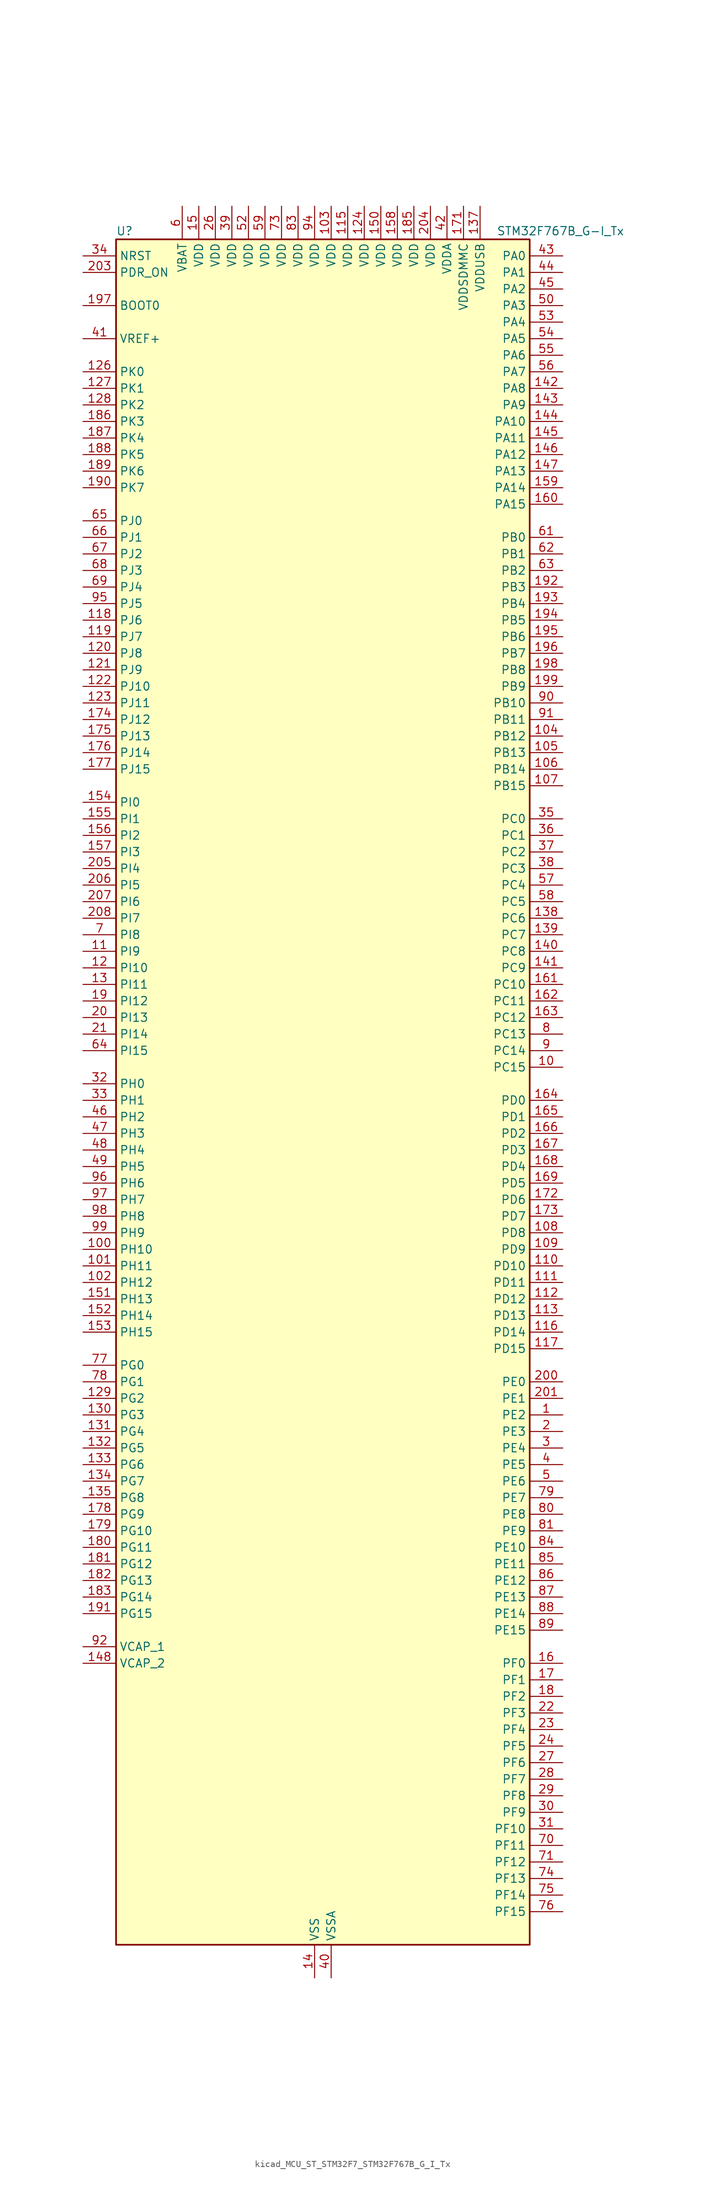
<source format=kicad_sym>
(kicad_symbol_lib
  (version 20220914)
  (generator kicad_symbol_editor)
  (symbol "kicad_MCU_ST_STM32F7_STM32F767B_G_I_Tx"
    (property "Reference" "U"
      (at -30.48 133.35 0)
      (effects (font (size 1.27 1.27)) (justify left)))
    (property "Value" "STM32F767B_G-I_Tx"
      (at 27.94 133.35 0)
      (effects (font (size 1.27 1.27)) (justify left)))
    (property "ki_locked" ""
      (at 0 0 0)
      (effects (font (size 1.27 1.27))))
    (symbol "kicad_MCU_ST_STM32F7_STM32F767B_G_I_Tx_0_1"
      (rectangle (start -30.48 -129.54) (end 33.02 132.08) (stroke (width 0.254) (type default)) (fill (type background))))
    (symbol "kicad_MCU_ST_STM32F7_STM32F767B_G_I_Tx_1_1"
      (pin bidirectional line (at 38.1 -48.26 180) (length 5.08) (name "PE2" (effects (font (size 1.27 1.27)))) (number "1" (effects (font (size 1.27 1.27)))) (alternate "ETH_TXD3" bidirectional line) (alternate "FMC_A23" bidirectional line) (alternate "QUADSPI_BK1_IO2" bidirectional line) (alternate "SAI1_MCLK_A" bidirectional line) (alternate "SPI4_SCK" bidirectional line) (alternate "SYS_TRACECLK" bidirectional line))
      (pin bidirectional line (at 38.1 5.08 180) (length 5.08) (name "PC15" (effects (font (size 1.27 1.27)))) (number "10" (effects (font (size 1.27 1.27)))) (alternate "RCC_OSC32_OUT" bidirectional line))
      (pin bidirectional line (at -35.56 -22.86 0) (length 5.08) (name "PH10" (effects (font (size 1.27 1.27)))) (number "100" (effects (font (size 1.27 1.27)))) (alternate "DCMI_D1" bidirectional line) (alternate "FMC_D18" bidirectional line) (alternate "I2C4_SMBA" bidirectional line) (alternate "LTDC_R4" bidirectional line) (alternate "TIM5_CH1" bidirectional line))
      (pin bidirectional line (at -35.56 -25.4 0) (length 5.08) (name "PH11" (effects (font (size 1.27 1.27)))) (number "101" (effects (font (size 1.27 1.27)))) (alternate "ADC1_EXTI11" bidirectional line) (alternate "ADC2_EXTI11" bidirectional line) (alternate "ADC3_EXTI11" bidirectional line) (alternate "DCMI_D2" bidirectional line) (alternate "FMC_D19" bidirectional line) (alternate "I2C4_SCL" bidirectional line) (alternate "LTDC_R5" bidirectional line) (alternate "TIM5_CH2" bidirectional line))
      (pin bidirectional line (at -35.56 -27.94 0) (length 5.08) (name "PH12" (effects (font (size 1.27 1.27)))) (number "102" (effects (font (size 1.27 1.27)))) (alternate "DCMI_D3" bidirectional line) (alternate "FMC_D20" bidirectional line) (alternate "I2C4_SDA" bidirectional line) (alternate "LTDC_R6" bidirectional line) (alternate "TIM5_CH3" bidirectional line))
      (pin power_in line (at 2.54 137.16 270) (length 5.08) (name "VDD" (effects (font (size 1.27 1.27)))) (number "103" (effects (font (size 1.27 1.27)))))
      (pin bidirectional line (at 38.1 55.88 180) (length 5.08) (name "PB12" (effects (font (size 1.27 1.27)))) (number "104" (effects (font (size 1.27 1.27)))) (alternate "CAN2_RX" bidirectional line) (alternate "DFSDM1_DATIN1" bidirectional line) (alternate "ETH_TXD0" bidirectional line) (alternate "I2C2_SMBA" bidirectional line) (alternate "I2S2_WS" bidirectional line) (alternate "SPI2_NSS" bidirectional line) (alternate "TIM1_BKIN" bidirectional line) (alternate "UART5_RX" bidirectional line) (alternate "USART3_CK" bidirectional line) (alternate "USB_OTG_HS_ID" bidirectional line) (alternate "USB_OTG_HS_ULPI_D5" bidirectional line))
      (pin bidirectional line (at 38.1 53.34 180) (length 5.08) (name "PB13" (effects (font (size 1.27 1.27)))) (number "105" (effects (font (size 1.27 1.27)))) (alternate "CAN2_TX" bidirectional line) (alternate "DFSDM1_CKIN1" bidirectional line) (alternate "ETH_TXD1" bidirectional line) (alternate "I2S2_CK" bidirectional line) (alternate "SPI2_SCK" bidirectional line) (alternate "TIM1_CH1N" bidirectional line) (alternate "UART5_TX" bidirectional line) (alternate "USART3_CTS" bidirectional line) (alternate "USB_OTG_HS_ULPI_D6" bidirectional line) (alternate "USB_OTG_HS_VBUS" bidirectional line))
      (pin bidirectional line (at 38.1 50.8 180) (length 5.08) (name "PB14" (effects (font (size 1.27 1.27)))) (number "106" (effects (font (size 1.27 1.27)))) (alternate "DFSDM1_DATIN2" bidirectional line) (alternate "SDMMC2_D0" bidirectional line) (alternate "SPI2_MISO" bidirectional line) (alternate "TIM12_CH1" bidirectional line) (alternate "TIM1_CH2N" bidirectional line) (alternate "TIM8_CH2N" bidirectional line) (alternate "UART4_DE" bidirectional line) (alternate "UART4_RTS" bidirectional line) (alternate "USART1_TX" bidirectional line) (alternate "USART3_DE" bidirectional line) (alternate "USART3_RTS" bidirectional line) (alternate "USB_OTG_HS_DM" bidirectional line))
      (pin bidirectional line (at 38.1 48.26 180) (length 5.08) (name "PB15" (effects (font (size 1.27 1.27)))) (number "107" (effects (font (size 1.27 1.27)))) (alternate "DFSDM1_CKIN2" bidirectional line) (alternate "I2S2_SD" bidirectional line) (alternate "RTC_REFIN" bidirectional line) (alternate "SDMMC2_D1" bidirectional line) (alternate "SPI2_MOSI" bidirectional line) (alternate "TIM12_CH2" bidirectional line) (alternate "TIM1_CH3N" bidirectional line) (alternate "TIM8_CH3N" bidirectional line) (alternate "UART4_CTS" bidirectional line) (alternate "USART1_RX" bidirectional line) (alternate "USB_OTG_HS_DP" bidirectional line))
      (pin bidirectional line (at 38.1 -20.32 180) (length 5.08) (name "PD8" (effects (font (size 1.27 1.27)))) (number "108" (effects (font (size 1.27 1.27)))) (alternate "DFSDM1_CKIN3" bidirectional line) (alternate "FMC_D13" bidirectional line) (alternate "FMC_DA13" bidirectional line) (alternate "SPDIFRX_IN1" bidirectional line) (alternate "USART3_TX" bidirectional line))
      (pin bidirectional line (at 38.1 -22.86 180) (length 5.08) (name "PD9" (effects (font (size 1.27 1.27)))) (number "109" (effects (font (size 1.27 1.27)))) (alternate "DAC_EXTI9" bidirectional line) (alternate "DFSDM1_DATIN3" bidirectional line) (alternate "FMC_D14" bidirectional line) (alternate "FMC_DA14" bidirectional line) (alternate "USART3_RX" bidirectional line))
      (pin bidirectional line (at -35.56 22.86 0) (length 5.08) (name "PI9" (effects (font (size 1.27 1.27)))) (number "11" (effects (font (size 1.27 1.27)))) (alternate "CAN1_RX" bidirectional line) (alternate "DAC_EXTI9" bidirectional line) (alternate "FMC_D30" bidirectional line) (alternate "LTDC_VSYNC" bidirectional line) (alternate "UART4_RX" bidirectional line))
      (pin bidirectional line (at 38.1 -25.4 180) (length 5.08) (name "PD10" (effects (font (size 1.27 1.27)))) (number "110" (effects (font (size 1.27 1.27)))) (alternate "DFSDM1_CKOUT" bidirectional line) (alternate "FMC_D15" bidirectional line) (alternate "FMC_DA15" bidirectional line) (alternate "LTDC_B3" bidirectional line) (alternate "USART3_CK" bidirectional line))
      (pin bidirectional line (at 38.1 -27.94 180) (length 5.08) (name "PD11" (effects (font (size 1.27 1.27)))) (number "111" (effects (font (size 1.27 1.27)))) (alternate "ADC1_EXTI11" bidirectional line) (alternate "ADC2_EXTI11" bidirectional line) (alternate "ADC3_EXTI11" bidirectional line) (alternate "FMC_A16" bidirectional line) (alternate "FMC_CLE" bidirectional line) (alternate "I2C4_SMBA" bidirectional line) (alternate "QUADSPI_BK1_IO0" bidirectional line) (alternate "SAI2_SD_A" bidirectional line) (alternate "USART3_CTS" bidirectional line))
      (pin bidirectional line (at 38.1 -30.48 180) (length 5.08) (name "PD12" (effects (font (size 1.27 1.27)))) (number "112" (effects (font (size 1.27 1.27)))) (alternate "FMC_A17" bidirectional line) (alternate "FMC_ALE" bidirectional line) (alternate "I2C4_SCL" bidirectional line) (alternate "LPTIM1_IN1" bidirectional line) (alternate "QUADSPI_BK1_IO1" bidirectional line) (alternate "SAI2_FS_A" bidirectional line) (alternate "TIM4_CH1" bidirectional line) (alternate "USART3_DE" bidirectional line) (alternate "USART3_RTS" bidirectional line))
      (pin bidirectional line (at 38.1 -33.02 180) (length 5.08) (name "PD13" (effects (font (size 1.27 1.27)))) (number "113" (effects (font (size 1.27 1.27)))) (alternate "FMC_A18" bidirectional line) (alternate "I2C4_SDA" bidirectional line) (alternate "LPTIM1_OUT" bidirectional line) (alternate "QUADSPI_BK1_IO3" bidirectional line) (alternate "SAI2_SCK_A" bidirectional line) (alternate "TIM4_CH2" bidirectional line))
      (pin passive line (at 0 -134.62 90) (length 5.08) hide (name "VSS" (effects (font (size 1.27 1.27)))) (number "114" (effects (font (size 1.27 1.27)))))
      (pin power_in line (at 5.08 137.16 270) (length 5.08) (name "VDD" (effects (font (size 1.27 1.27)))) (number "115" (effects (font (size 1.27 1.27)))))
      (pin bidirectional line (at 38.1 -35.56 180) (length 5.08) (name "PD14" (effects (font (size 1.27 1.27)))) (number "116" (effects (font (size 1.27 1.27)))) (alternate "FMC_D0" bidirectional line) (alternate "FMC_DA0" bidirectional line) (alternate "TIM4_CH3" bidirectional line) (alternate "UART8_CTS" bidirectional line))
      (pin bidirectional line (at 38.1 -38.1 180) (length 5.08) (name "PD15" (effects (font (size 1.27 1.27)))) (number "117" (effects (font (size 1.27 1.27)))) (alternate "FMC_D1" bidirectional line) (alternate "FMC_DA1" bidirectional line) (alternate "TIM4_CH4" bidirectional line) (alternate "UART8_DE" bidirectional line) (alternate "UART8_RTS" bidirectional line))
      (pin bidirectional line (at -35.56 73.66 0) (length 5.08) (name "PJ6" (effects (font (size 1.27 1.27)))) (number "118" (effects (font (size 1.27 1.27)))) (alternate "LTDC_R7" bidirectional line))
      (pin bidirectional line (at -35.56 71.12 0) (length 5.08) (name "PJ7" (effects (font (size 1.27 1.27)))) (number "119" (effects (font (size 1.27 1.27)))) (alternate "LTDC_G0" bidirectional line))
      (pin bidirectional line (at -35.56 20.32 0) (length 5.08) (name "PI10" (effects (font (size 1.27 1.27)))) (number "12" (effects (font (size 1.27 1.27)))) (alternate "ETH_RX_ER" bidirectional line) (alternate "FMC_D31" bidirectional line) (alternate "LTDC_HSYNC" bidirectional line))
      (pin bidirectional line (at -35.56 68.58 0) (length 5.08) (name "PJ8" (effects (font (size 1.27 1.27)))) (number "120" (effects (font (size 1.27 1.27)))) (alternate "LTDC_G1" bidirectional line))
      (pin bidirectional line (at -35.56 66.04 0) (length 5.08) (name "PJ9" (effects (font (size 1.27 1.27)))) (number "121" (effects (font (size 1.27 1.27)))) (alternate "DAC_EXTI9" bidirectional line) (alternate "LTDC_G2" bidirectional line))
      (pin bidirectional line (at -35.56 63.5 0) (length 5.08) (name "PJ10" (effects (font (size 1.27 1.27)))) (number "122" (effects (font (size 1.27 1.27)))) (alternate "LTDC_G3" bidirectional line))
      (pin bidirectional line (at -35.56 60.96 0) (length 5.08) (name "PJ11" (effects (font (size 1.27 1.27)))) (number "123" (effects (font (size 1.27 1.27)))) (alternate "ADC1_EXTI11" bidirectional line) (alternate "ADC2_EXTI11" bidirectional line) (alternate "ADC3_EXTI11" bidirectional line) (alternate "LTDC_G4" bidirectional line))
      (pin power_in line (at 7.62 137.16 270) (length 5.08) (name "VDD" (effects (font (size 1.27 1.27)))) (number "124" (effects (font (size 1.27 1.27)))))
      (pin passive line (at 0 -134.62 90) (length 5.08) hide (name "VSS" (effects (font (size 1.27 1.27)))) (number "125" (effects (font (size 1.27 1.27)))))
      (pin bidirectional line (at -35.56 111.76 0) (length 5.08) (name "PK0" (effects (font (size 1.27 1.27)))) (number "126" (effects (font (size 1.27 1.27)))) (alternate "LTDC_G5" bidirectional line))
      (pin bidirectional line (at -35.56 109.22 0) (length 5.08) (name "PK1" (effects (font (size 1.27 1.27)))) (number "127" (effects (font (size 1.27 1.27)))) (alternate "LTDC_G6" bidirectional line))
      (pin bidirectional line (at -35.56 106.68 0) (length 5.08) (name "PK2" (effects (font (size 1.27 1.27)))) (number "128" (effects (font (size 1.27 1.27)))) (alternate "LTDC_G7" bidirectional line))
      (pin bidirectional line (at -35.56 -45.72 0) (length 5.08) (name "PG2" (effects (font (size 1.27 1.27)))) (number "129" (effects (font (size 1.27 1.27)))) (alternate "FMC_A12" bidirectional line))
      (pin bidirectional line (at -35.56 17.78 0) (length 5.08) (name "PI11" (effects (font (size 1.27 1.27)))) (number "13" (effects (font (size 1.27 1.27)))) (alternate "ADC1_EXTI11" bidirectional line) (alternate "ADC2_EXTI11" bidirectional line) (alternate "ADC3_EXTI11" bidirectional line) (alternate "LTDC_G6" bidirectional line) (alternate "SYS_WKUP6" bidirectional line) (alternate "USB_OTG_HS_ULPI_DIR" bidirectional line))
      (pin bidirectional line (at -35.56 -48.26 0) (length 5.08) (name "PG3" (effects (font (size 1.27 1.27)))) (number "130" (effects (font (size 1.27 1.27)))) (alternate "FMC_A13" bidirectional line))
      (pin bidirectional line (at -35.56 -50.8 0) (length 5.08) (name "PG4" (effects (font (size 1.27 1.27)))) (number "131" (effects (font (size 1.27 1.27)))) (alternate "FMC_A14" bidirectional line) (alternate "FMC_BA0" bidirectional line))
      (pin bidirectional line (at -35.56 -53.34 0) (length 5.08) (name "PG5" (effects (font (size 1.27 1.27)))) (number "132" (effects (font (size 1.27 1.27)))) (alternate "FMC_A15" bidirectional line) (alternate "FMC_BA1" bidirectional line))
      (pin bidirectional line (at -35.56 -55.88 0) (length 5.08) (name "PG6" (effects (font (size 1.27 1.27)))) (number "133" (effects (font (size 1.27 1.27)))) (alternate "DCMI_D12" bidirectional line) (alternate "FMC_NE3" bidirectional line) (alternate "LTDC_R7" bidirectional line))
      (pin bidirectional line (at -35.56 -58.42 0) (length 5.08) (name "PG7" (effects (font (size 1.27 1.27)))) (number "134" (effects (font (size 1.27 1.27)))) (alternate "DCMI_D13" bidirectional line) (alternate "FMC_INT" bidirectional line) (alternate "LTDC_CLK" bidirectional line) (alternate "SAI1_MCLK_A" bidirectional line) (alternate "USART6_CK" bidirectional line))
      (pin bidirectional line (at -35.56 -60.96 0) (length 5.08) (name "PG8" (effects (font (size 1.27 1.27)))) (number "135" (effects (font (size 1.27 1.27)))) (alternate "ETH_PPS_OUT" bidirectional line) (alternate "FMC_SDCLK" bidirectional line) (alternate "LTDC_G7" bidirectional line) (alternate "SPDIFRX_IN2" bidirectional line) (alternate "SPI6_NSS" bidirectional line) (alternate "USART6_DE" bidirectional line) (alternate "USART6_RTS" bidirectional line))
      (pin passive line (at 0 -134.62 90) (length 5.08) hide (name "VSS" (effects (font (size 1.27 1.27)))) (number "136" (effects (font (size 1.27 1.27)))))
      (pin power_in line (at 25.4 137.16 270) (length 5.08) (name "VDDUSB" (effects (font (size 1.27 1.27)))) (number "137" (effects (font (size 1.27 1.27)))))
      (pin bidirectional line (at 38.1 27.94 180) (length 5.08) (name "PC6" (effects (font (size 1.27 1.27)))) (number "138" (effects (font (size 1.27 1.27)))) (alternate "DCMI_D0" bidirectional line) (alternate "DFSDM1_CKIN3" bidirectional line) (alternate "FMC_NWAIT" bidirectional line) (alternate "I2S2_MCK" bidirectional line) (alternate "LTDC_HSYNC" bidirectional line) (alternate "SDMMC1_D6" bidirectional line) (alternate "SDMMC2_D6" bidirectional line) (alternate "TIM3_CH1" bidirectional line) (alternate "TIM8_CH1" bidirectional line) (alternate "USART6_TX" bidirectional line))
      (pin bidirectional line (at 38.1 25.4 180) (length 5.08) (name "PC7" (effects (font (size 1.27 1.27)))) (number "139" (effects (font (size 1.27 1.27)))) (alternate "DCMI_D1" bidirectional line) (alternate "DFSDM1_DATIN3" bidirectional line) (alternate "FMC_NE1" bidirectional line) (alternate "I2S3_MCK" bidirectional line) (alternate "LTDC_G6" bidirectional line) (alternate "SDMMC1_D7" bidirectional line) (alternate "SDMMC2_D7" bidirectional line) (alternate "TIM3_CH2" bidirectional line) (alternate "TIM8_CH2" bidirectional line) (alternate "USART6_RX" bidirectional line))
      (pin power_in line (at 0 -134.62 90) (length 5.08) (name "VSS" (effects (font (size 1.27 1.27)))) (number "14" (effects (font (size 1.27 1.27)))))
      (pin bidirectional line (at 38.1 22.86 180) (length 5.08) (name "PC8" (effects (font (size 1.27 1.27)))) (number "140" (effects (font (size 1.27 1.27)))) (alternate "DCMI_D2" bidirectional line) (alternate "FMC_NCE" bidirectional line) (alternate "FMC_NE2" bidirectional line) (alternate "SDMMC1_D0" bidirectional line) (alternate "SYS_TRACED1" bidirectional line) (alternate "TIM3_CH3" bidirectional line) (alternate "TIM8_CH3" bidirectional line) (alternate "UART5_DE" bidirectional line) (alternate "UART5_RTS" bidirectional line) (alternate "USART6_CK" bidirectional line))
      (pin bidirectional line (at 38.1 20.32 180) (length 5.08) (name "PC9" (effects (font (size 1.27 1.27)))) (number "141" (effects (font (size 1.27 1.27)))) (alternate "DAC_EXTI9" bidirectional line) (alternate "DCMI_D3" bidirectional line) (alternate "I2C3_SDA" bidirectional line) (alternate "I2S_CKIN" bidirectional line) (alternate "LTDC_B2" bidirectional line) (alternate "LTDC_G3" bidirectional line) (alternate "QUADSPI_BK1_IO0" bidirectional line) (alternate "RCC_MCO_2" bidirectional line) (alternate "SDMMC1_D1" bidirectional line) (alternate "TIM3_CH4" bidirectional line) (alternate "TIM8_CH4" bidirectional line) (alternate "UART5_CTS" bidirectional line))
      (pin bidirectional line (at 38.1 109.22 180) (length 5.08) (name "PA8" (effects (font (size 1.27 1.27)))) (number "142" (effects (font (size 1.27 1.27)))) (alternate "CAN3_RX" bidirectional line) (alternate "I2C3_SCL" bidirectional line) (alternate "LTDC_B3" bidirectional line) (alternate "LTDC_R6" bidirectional line) (alternate "RCC_MCO_1" bidirectional line) (alternate "TIM1_CH1" bidirectional line) (alternate "TIM8_BKIN2" bidirectional line) (alternate "UART7_RX" bidirectional line) (alternate "USART1_CK" bidirectional line) (alternate "USB_OTG_FS_SOF" bidirectional line))
      (pin bidirectional line (at 38.1 106.68 180) (length 5.08) (name "PA9" (effects (font (size 1.27 1.27)))) (number "143" (effects (font (size 1.27 1.27)))) (alternate "DAC_EXTI9" bidirectional line) (alternate "DCMI_D0" bidirectional line) (alternate "I2C3_SMBA" bidirectional line) (alternate "I2S2_CK" bidirectional line) (alternate "LTDC_R5" bidirectional line) (alternate "SPI2_SCK" bidirectional line) (alternate "TIM1_CH2" bidirectional line) (alternate "USART1_TX" bidirectional line) (alternate "USB_OTG_FS_VBUS" bidirectional line))
      (pin bidirectional line (at 38.1 104.14 180) (length 5.08) (name "PA10" (effects (font (size 1.27 1.27)))) (number "144" (effects (font (size 1.27 1.27)))) (alternate "DCMI_D1" bidirectional line) (alternate "LTDC_B1" bidirectional line) (alternate "LTDC_B4" bidirectional line) (alternate "MDIOS_MDIO" bidirectional line) (alternate "TIM1_CH3" bidirectional line) (alternate "USART1_RX" bidirectional line) (alternate "USB_OTG_FS_ID" bidirectional line))
      (pin bidirectional line (at 38.1 101.6 180) (length 5.08) (name "PA11" (effects (font (size 1.27 1.27)))) (number "145" (effects (font (size 1.27 1.27)))) (alternate "ADC1_EXTI11" bidirectional line) (alternate "ADC2_EXTI11" bidirectional line) (alternate "ADC3_EXTI11" bidirectional line) (alternate "CAN1_RX" bidirectional line) (alternate "I2S2_WS" bidirectional line) (alternate "LTDC_R4" bidirectional line) (alternate "SPI2_NSS" bidirectional line) (alternate "TIM1_CH4" bidirectional line) (alternate "UART4_RX" bidirectional line) (alternate "USART1_CTS" bidirectional line) (alternate "USB_OTG_FS_DM" bidirectional line))
      (pin bidirectional line (at 38.1 99.06 180) (length 5.08) (name "PA12" (effects (font (size 1.27 1.27)))) (number "146" (effects (font (size 1.27 1.27)))) (alternate "CAN1_TX" bidirectional line) (alternate "I2S2_CK" bidirectional line) (alternate "LTDC_R5" bidirectional line) (alternate "SAI2_FS_B" bidirectional line) (alternate "SPI2_SCK" bidirectional line) (alternate "TIM1_ETR" bidirectional line) (alternate "UART4_TX" bidirectional line) (alternate "USART1_DE" bidirectional line) (alternate "USART1_RTS" bidirectional line) (alternate "USB_OTG_FS_DP" bidirectional line))
      (pin bidirectional line (at 38.1 96.52 180) (length 5.08) (name "PA13" (effects (font (size 1.27 1.27)))) (number "147" (effects (font (size 1.27 1.27)))) (alternate "SYS_JTMS-SWDIO" bidirectional line))
      (pin power_out line (at -35.56 -86.36 0) (length 5.08) (name "VCAP_2" (effects (font (size 1.27 1.27)))) (number "148" (effects (font (size 1.27 1.27)))))
      (pin passive line (at 0 -134.62 90) (length 5.08) hide (name "VSS" (effects (font (size 1.27 1.27)))) (number "149" (effects (font (size 1.27 1.27)))))
      (pin power_in line (at -17.78 137.16 270) (length 5.08) (name "VDD" (effects (font (size 1.27 1.27)))) (number "15" (effects (font (size 1.27 1.27)))))
      (pin power_in line (at 10.16 137.16 270) (length 5.08) (name "VDD" (effects (font (size 1.27 1.27)))) (number "150" (effects (font (size 1.27 1.27)))))
      (pin bidirectional line (at -35.56 -30.48 0) (length 5.08) (name "PH13" (effects (font (size 1.27 1.27)))) (number "151" (effects (font (size 1.27 1.27)))) (alternate "CAN1_TX" bidirectional line) (alternate "FMC_D21" bidirectional line) (alternate "LTDC_G2" bidirectional line) (alternate "TIM8_CH1N" bidirectional line) (alternate "UART4_TX" bidirectional line))
      (pin bidirectional line (at -35.56 -33.02 0) (length 5.08) (name "PH14" (effects (font (size 1.27 1.27)))) (number "152" (effects (font (size 1.27 1.27)))) (alternate "CAN1_RX" bidirectional line) (alternate "DCMI_D4" bidirectional line) (alternate "FMC_D22" bidirectional line) (alternate "LTDC_G3" bidirectional line) (alternate "TIM8_CH2N" bidirectional line) (alternate "UART4_RX" bidirectional line))
      (pin bidirectional line (at -35.56 -35.56 0) (length 5.08) (name "PH15" (effects (font (size 1.27 1.27)))) (number "153" (effects (font (size 1.27 1.27)))) (alternate "DCMI_D11" bidirectional line) (alternate "FMC_D23" bidirectional line) (alternate "LTDC_G4" bidirectional line) (alternate "TIM8_CH3N" bidirectional line))
      (pin bidirectional line (at -35.56 45.72 0) (length 5.08) (name "PI0" (effects (font (size 1.27 1.27)))) (number "154" (effects (font (size 1.27 1.27)))) (alternate "DCMI_D13" bidirectional line) (alternate "FMC_D24" bidirectional line) (alternate "I2S2_WS" bidirectional line) (alternate "LTDC_G5" bidirectional line) (alternate "SPI2_NSS" bidirectional line) (alternate "TIM5_CH4" bidirectional line))
      (pin bidirectional line (at -35.56 43.18 0) (length 5.08) (name "PI1" (effects (font (size 1.27 1.27)))) (number "155" (effects (font (size 1.27 1.27)))) (alternate "DCMI_D8" bidirectional line) (alternate "FMC_D25" bidirectional line) (alternate "I2S2_CK" bidirectional line) (alternate "LTDC_G6" bidirectional line) (alternate "SPI2_SCK" bidirectional line) (alternate "TIM8_BKIN2" bidirectional line))
      (pin bidirectional line (at -35.56 40.64 0) (length 5.08) (name "PI2" (effects (font (size 1.27 1.27)))) (number "156" (effects (font (size 1.27 1.27)))) (alternate "DCMI_D9" bidirectional line) (alternate "FMC_D26" bidirectional line) (alternate "LTDC_G7" bidirectional line) (alternate "SPI2_MISO" bidirectional line) (alternate "TIM8_CH4" bidirectional line))
      (pin bidirectional line (at -35.56 38.1 0) (length 5.08) (name "PI3" (effects (font (size 1.27 1.27)))) (number "157" (effects (font (size 1.27 1.27)))) (alternate "DCMI_D10" bidirectional line) (alternate "FMC_D27" bidirectional line) (alternate "I2S2_SD" bidirectional line) (alternate "SPI2_MOSI" bidirectional line) (alternate "TIM8_ETR" bidirectional line))
      (pin power_in line (at 12.7 137.16 270) (length 5.08) (name "VDD" (effects (font (size 1.27 1.27)))) (number "158" (effects (font (size 1.27 1.27)))))
      (pin bidirectional line (at 38.1 93.98 180) (length 5.08) (name "PA14" (effects (font (size 1.27 1.27)))) (number "159" (effects (font (size 1.27 1.27)))) (alternate "SYS_JTCK-SWCLK" bidirectional line))
      (pin bidirectional line (at 38.1 -86.36 180) (length 5.08) (name "PF0" (effects (font (size 1.27 1.27)))) (number "16" (effects (font (size 1.27 1.27)))) (alternate "FMC_A0" bidirectional line) (alternate "I2C2_SDA" bidirectional line))
      (pin bidirectional line (at 38.1 91.44 180) (length 5.08) (name "PA15" (effects (font (size 1.27 1.27)))) (number "160" (effects (font (size 1.27 1.27)))) (alternate "CAN3_TX" bidirectional line) (alternate "CEC" bidirectional line) (alternate "I2S1_WS" bidirectional line) (alternate "I2S3_WS" bidirectional line) (alternate "SPI1_NSS" bidirectional line) (alternate "SPI3_NSS" bidirectional line) (alternate "SPI6_NSS" bidirectional line) (alternate "SYS_JTDI" bidirectional line) (alternate "TIM2_CH1" bidirectional line) (alternate "TIM2_ETR" bidirectional line) (alternate "UART4_DE" bidirectional line) (alternate "UART4_RTS" bidirectional line) (alternate "UART7_TX" bidirectional line))
      (pin bidirectional line (at 38.1 17.78 180) (length 5.08) (name "PC10" (effects (font (size 1.27 1.27)))) (number "161" (effects (font (size 1.27 1.27)))) (alternate "DCMI_D8" bidirectional line) (alternate "DFSDM1_CKIN5" bidirectional line) (alternate "I2S3_CK" bidirectional line) (alternate "LTDC_R2" bidirectional line) (alternate "QUADSPI_BK1_IO1" bidirectional line) (alternate "SDMMC1_D2" bidirectional line) (alternate "SPI3_SCK" bidirectional line) (alternate "UART4_TX" bidirectional line) (alternate "USART3_TX" bidirectional line))
      (pin bidirectional line (at 38.1 15.24 180) (length 5.08) (name "PC11" (effects (font (size 1.27 1.27)))) (number "162" (effects (font (size 1.27 1.27)))) (alternate "ADC1_EXTI11" bidirectional line) (alternate "ADC2_EXTI11" bidirectional line) (alternate "ADC3_EXTI11" bidirectional line) (alternate "DCMI_D4" bidirectional line) (alternate "DFSDM1_DATIN5" bidirectional line) (alternate "QUADSPI_BK2_NCS" bidirectional line) (alternate "SDMMC1_D3" bidirectional line) (alternate "SPI3_MISO" bidirectional line) (alternate "UART4_RX" bidirectional line) (alternate "USART3_RX" bidirectional line))
      (pin bidirectional line (at 38.1 12.7 180) (length 5.08) (name "PC12" (effects (font (size 1.27 1.27)))) (number "163" (effects (font (size 1.27 1.27)))) (alternate "DCMI_D9" bidirectional line) (alternate "I2S3_SD" bidirectional line) (alternate "SDMMC1_CK" bidirectional line) (alternate "SPI3_MOSI" bidirectional line) (alternate "SYS_TRACED3" bidirectional line) (alternate "UART5_TX" bidirectional line) (alternate "USART3_CK" bidirectional line))
      (pin bidirectional line (at 38.1 0 180) (length 5.08) (name "PD0" (effects (font (size 1.27 1.27)))) (number "164" (effects (font (size 1.27 1.27)))) (alternate "CAN1_RX" bidirectional line) (alternate "DFSDM1_CKIN6" bidirectional line) (alternate "DFSDM1_DATIN7" bidirectional line) (alternate "FMC_D2" bidirectional line) (alternate "FMC_DA2" bidirectional line) (alternate "UART4_RX" bidirectional line))
      (pin bidirectional line (at 38.1 -2.54 180) (length 5.08) (name "PD1" (effects (font (size 1.27 1.27)))) (number "165" (effects (font (size 1.27 1.27)))) (alternate "CAN1_TX" bidirectional line) (alternate "DFSDM1_CKIN7" bidirectional line) (alternate "DFSDM1_DATIN6" bidirectional line) (alternate "FMC_D3" bidirectional line) (alternate "FMC_DA3" bidirectional line) (alternate "UART4_TX" bidirectional line))
      (pin bidirectional line (at 38.1 -5.08 180) (length 5.08) (name "PD2" (effects (font (size 1.27 1.27)))) (number "166" (effects (font (size 1.27 1.27)))) (alternate "DCMI_D11" bidirectional line) (alternate "SDMMC1_CMD" bidirectional line) (alternate "SYS_TRACED2" bidirectional line) (alternate "TIM3_ETR" bidirectional line) (alternate "UART5_RX" bidirectional line))
      (pin bidirectional line (at 38.1 -7.62 180) (length 5.08) (name "PD3" (effects (font (size 1.27 1.27)))) (number "167" (effects (font (size 1.27 1.27)))) (alternate "DCMI_D5" bidirectional line) (alternate "DFSDM1_CKOUT" bidirectional line) (alternate "DFSDM1_DATIN0" bidirectional line) (alternate "FMC_CLK" bidirectional line) (alternate "I2S2_CK" bidirectional line) (alternate "LTDC_G7" bidirectional line) (alternate "SPI2_SCK" bidirectional line) (alternate "USART2_CTS" bidirectional line))
      (pin bidirectional line (at 38.1 -10.16 180) (length 5.08) (name "PD4" (effects (font (size 1.27 1.27)))) (number "168" (effects (font (size 1.27 1.27)))) (alternate "DFSDM1_CKIN0" bidirectional line) (alternate "FMC_NOE" bidirectional line) (alternate "USART2_DE" bidirectional line) (alternate "USART2_RTS" bidirectional line))
      (pin bidirectional line (at 38.1 -12.7 180) (length 5.08) (name "PD5" (effects (font (size 1.27 1.27)))) (number "169" (effects (font (size 1.27 1.27)))) (alternate "FMC_NWE" bidirectional line) (alternate "USART2_TX" bidirectional line))
      (pin bidirectional line (at 38.1 -88.9 180) (length 5.08) (name "PF1" (effects (font (size 1.27 1.27)))) (number "17" (effects (font (size 1.27 1.27)))) (alternate "FMC_A1" bidirectional line) (alternate "I2C2_SCL" bidirectional line))
      (pin passive line (at 0 -134.62 90) (length 5.08) hide (name "VSS" (effects (font (size 1.27 1.27)))) (number "170" (effects (font (size 1.27 1.27)))))
      (pin power_in line (at 22.86 137.16 270) (length 5.08) (name "VDDSDMMC" (effects (font (size 1.27 1.27)))) (number "171" (effects (font (size 1.27 1.27)))))
      (pin bidirectional line (at 38.1 -15.24 180) (length 5.08) (name "PD6" (effects (font (size 1.27 1.27)))) (number "172" (effects (font (size 1.27 1.27)))) (alternate "DCMI_D10" bidirectional line) (alternate "DFSDM1_CKIN4" bidirectional line) (alternate "DFSDM1_DATIN1" bidirectional line) (alternate "FMC_NWAIT" bidirectional line) (alternate "I2S3_SD" bidirectional line) (alternate "LTDC_B2" bidirectional line) (alternate "SAI1_SD_A" bidirectional line) (alternate "SDMMC2_CK" bidirectional line) (alternate "SPI3_MOSI" bidirectional line) (alternate "USART2_RX" bidirectional line))
      (pin bidirectional line (at 38.1 -17.78 180) (length 5.08) (name "PD7" (effects (font (size 1.27 1.27)))) (number "173" (effects (font (size 1.27 1.27)))) (alternate "DFSDM1_CKIN1" bidirectional line) (alternate "DFSDM1_DATIN4" bidirectional line) (alternate "FMC_NE1" bidirectional line) (alternate "I2S1_SD" bidirectional line) (alternate "SDMMC2_CMD" bidirectional line) (alternate "SPDIFRX_IN0" bidirectional line) (alternate "SPI1_MOSI" bidirectional line) (alternate "USART2_CK" bidirectional line))
      (pin bidirectional line (at -35.56 58.42 0) (length 5.08) (name "PJ12" (effects (font (size 1.27 1.27)))) (number "174" (effects (font (size 1.27 1.27)))) (alternate "LTDC_B0" bidirectional line) (alternate "LTDC_G3" bidirectional line))
      (pin bidirectional line (at -35.56 55.88 0) (length 5.08) (name "PJ13" (effects (font (size 1.27 1.27)))) (number "175" (effects (font (size 1.27 1.27)))) (alternate "LTDC_B1" bidirectional line) (alternate "LTDC_G4" bidirectional line))
      (pin bidirectional line (at -35.56 53.34 0) (length 5.08) (name "PJ14" (effects (font (size 1.27 1.27)))) (number "176" (effects (font (size 1.27 1.27)))) (alternate "LTDC_B2" bidirectional line))
      (pin bidirectional line (at -35.56 50.8 0) (length 5.08) (name "PJ15" (effects (font (size 1.27 1.27)))) (number "177" (effects (font (size 1.27 1.27)))) (alternate "LTDC_B3" bidirectional line))
      (pin bidirectional line (at -35.56 -63.5 0) (length 5.08) (name "PG9" (effects (font (size 1.27 1.27)))) (number "178" (effects (font (size 1.27 1.27)))) (alternate "DAC_EXTI9" bidirectional line) (alternate "DCMI_VSYNC" bidirectional line) (alternate "FMC_NCE" bidirectional line) (alternate "FMC_NE2" bidirectional line) (alternate "QUADSPI_BK2_IO2" bidirectional line) (alternate "SAI2_FS_B" bidirectional line) (alternate "SDMMC2_D0" bidirectional line) (alternate "SPDIFRX_IN3" bidirectional line) (alternate "SPI1_MISO" bidirectional line) (alternate "USART6_RX" bidirectional line))
      (pin bidirectional line (at -35.56 -66.04 0) (length 5.08) (name "PG10" (effects (font (size 1.27 1.27)))) (number "179" (effects (font (size 1.27 1.27)))) (alternate "DCMI_D2" bidirectional line) (alternate "FMC_NE3" bidirectional line) (alternate "I2S1_WS" bidirectional line) (alternate "LTDC_B2" bidirectional line) (alternate "LTDC_G3" bidirectional line) (alternate "SAI2_SD_B" bidirectional line) (alternate "SDMMC2_D1" bidirectional line) (alternate "SPI1_NSS" bidirectional line))
      (pin bidirectional line (at 38.1 -91.44 180) (length 5.08) (name "PF2" (effects (font (size 1.27 1.27)))) (number "18" (effects (font (size 1.27 1.27)))) (alternate "FMC_A2" bidirectional line) (alternate "I2C2_SMBA" bidirectional line))
      (pin bidirectional line (at -35.56 -68.58 0) (length 5.08) (name "PG11" (effects (font (size 1.27 1.27)))) (number "180" (effects (font (size 1.27 1.27)))) (alternate "ADC1_EXTI11" bidirectional line) (alternate "ADC2_EXTI11" bidirectional line) (alternate "ADC3_EXTI11" bidirectional line) (alternate "DCMI_D3" bidirectional line) (alternate "ETH_TX_EN" bidirectional line) (alternate "I2S1_CK" bidirectional line) (alternate "LTDC_B3" bidirectional line) (alternate "SDMMC2_D2" bidirectional line) (alternate "SPDIFRX_IN0" bidirectional line) (alternate "SPI1_SCK" bidirectional line))
      (pin bidirectional line (at -35.56 -71.12 0) (length 5.08) (name "PG12" (effects (font (size 1.27 1.27)))) (number "181" (effects (font (size 1.27 1.27)))) (alternate "FMC_NE4" bidirectional line) (alternate "LPTIM1_IN1" bidirectional line) (alternate "LTDC_B1" bidirectional line) (alternate "LTDC_B4" bidirectional line) (alternate "SDMMC2_D3" bidirectional line) (alternate "SPDIFRX_IN1" bidirectional line) (alternate "SPI6_MISO" bidirectional line) (alternate "USART6_DE" bidirectional line) (alternate "USART6_RTS" bidirectional line))
      (pin bidirectional line (at -35.56 -73.66 0) (length 5.08) (name "PG13" (effects (font (size 1.27 1.27)))) (number "182" (effects (font (size 1.27 1.27)))) (alternate "ETH_TXD0" bidirectional line) (alternate "FMC_A24" bidirectional line) (alternate "LPTIM1_OUT" bidirectional line) (alternate "LTDC_R0" bidirectional line) (alternate "SPI6_SCK" bidirectional line) (alternate "SYS_TRACED0" bidirectional line) (alternate "USART6_CTS" bidirectional line))
      (pin bidirectional line (at -35.56 -76.2 0) (length 5.08) (name "PG14" (effects (font (size 1.27 1.27)))) (number "183" (effects (font (size 1.27 1.27)))) (alternate "ETH_TXD1" bidirectional line) (alternate "FMC_A25" bidirectional line) (alternate "LPTIM1_ETR" bidirectional line) (alternate "LTDC_B0" bidirectional line) (alternate "QUADSPI_BK2_IO3" bidirectional line) (alternate "SPI6_MOSI" bidirectional line) (alternate "SYS_TRACED1" bidirectional line) (alternate "USART6_TX" bidirectional line))
      (pin passive line (at 0 -134.62 90) (length 5.08) hide (name "VSS" (effects (font (size 1.27 1.27)))) (number "184" (effects (font (size 1.27 1.27)))))
      (pin power_in line (at 15.24 137.16 270) (length 5.08) (name "VDD" (effects (font (size 1.27 1.27)))) (number "185" (effects (font (size 1.27 1.27)))))
      (pin bidirectional line (at -35.56 104.14 0) (length 5.08) (name "PK3" (effects (font (size 1.27 1.27)))) (number "186" (effects (font (size 1.27 1.27)))) (alternate "LTDC_B4" bidirectional line))
      (pin bidirectional line (at -35.56 101.6 0) (length 5.08) (name "PK4" (effects (font (size 1.27 1.27)))) (number "187" (effects (font (size 1.27 1.27)))) (alternate "LTDC_B5" bidirectional line))
      (pin bidirectional line (at -35.56 99.06 0) (length 5.08) (name "PK5" (effects (font (size 1.27 1.27)))) (number "188" (effects (font (size 1.27 1.27)))) (alternate "LTDC_B6" bidirectional line))
      (pin bidirectional line (at -35.56 96.52 0) (length 5.08) (name "PK6" (effects (font (size 1.27 1.27)))) (number "189" (effects (font (size 1.27 1.27)))) (alternate "LTDC_B7" bidirectional line))
      (pin bidirectional line (at -35.56 15.24 0) (length 5.08) (name "PI12" (effects (font (size 1.27 1.27)))) (number "19" (effects (font (size 1.27 1.27)))) (alternate "LTDC_HSYNC" bidirectional line))
      (pin bidirectional line (at -35.56 93.98 0) (length 5.08) (name "PK7" (effects (font (size 1.27 1.27)))) (number "190" (effects (font (size 1.27 1.27)))) (alternate "LTDC_DE" bidirectional line))
      (pin bidirectional line (at -35.56 -78.74 0) (length 5.08) (name "PG15" (effects (font (size 1.27 1.27)))) (number "191" (effects (font (size 1.27 1.27)))) (alternate "DCMI_D13" bidirectional line) (alternate "FMC_SDNCAS" bidirectional line) (alternate "USART6_CTS" bidirectional line))
      (pin bidirectional line (at 38.1 78.74 180) (length 5.08) (name "PB3" (effects (font (size 1.27 1.27)))) (number "192" (effects (font (size 1.27 1.27)))) (alternate "CAN3_RX" bidirectional line) (alternate "I2S1_CK" bidirectional line) (alternate "I2S3_CK" bidirectional line) (alternate "SDMMC2_D2" bidirectional line) (alternate "SPI1_SCK" bidirectional line) (alternate "SPI3_SCK" bidirectional line) (alternate "SPI6_SCK" bidirectional line) (alternate "SYS_JTDO-SWO" bidirectional line) (alternate "TIM2_CH2" bidirectional line) (alternate "UART7_RX" bidirectional line))
      (pin bidirectional line (at 38.1 76.2 180) (length 5.08) (name "PB4" (effects (font (size 1.27 1.27)))) (number "193" (effects (font (size 1.27 1.27)))) (alternate "CAN3_TX" bidirectional line) (alternate "I2S2_WS" bidirectional line) (alternate "SDMMC2_D3" bidirectional line) (alternate "SPI1_MISO" bidirectional line) (alternate "SPI2_NSS" bidirectional line) (alternate "SPI3_MISO" bidirectional line) (alternate "SPI6_MISO" bidirectional line) (alternate "SYS_JTRST" bidirectional line) (alternate "TIM3_CH1" bidirectional line) (alternate "UART7_TX" bidirectional line))
      (pin bidirectional line (at 38.1 73.66 180) (length 5.08) (name "PB5" (effects (font (size 1.27 1.27)))) (number "194" (effects (font (size 1.27 1.27)))) (alternate "CAN2_RX" bidirectional line) (alternate "DCMI_D10" bidirectional line) (alternate "ETH_PPS_OUT" bidirectional line) (alternate "FMC_SDCKE1" bidirectional line) (alternate "I2C1_SMBA" bidirectional line) (alternate "I2S1_SD" bidirectional line) (alternate "I2S3_SD" bidirectional line) (alternate "LTDC_G7" bidirectional line) (alternate "SPI1_MOSI" bidirectional line) (alternate "SPI3_MOSI" bidirectional line) (alternate "SPI6_MOSI" bidirectional line) (alternate "TIM3_CH2" bidirectional line) (alternate "UART5_RX" bidirectional line) (alternate "USB_OTG_HS_ULPI_D7" bidirectional line))
      (pin bidirectional line (at 38.1 71.12 180) (length 5.08) (name "PB6" (effects (font (size 1.27 1.27)))) (number "195" (effects (font (size 1.27 1.27)))) (alternate "CAN2_TX" bidirectional line) (alternate "CEC" bidirectional line) (alternate "DCMI_D5" bidirectional line) (alternate "DFSDM1_DATIN5" bidirectional line) (alternate "FMC_SDNE1" bidirectional line) (alternate "I2C1_SCL" bidirectional line) (alternate "I2C4_SCL" bidirectional line) (alternate "QUADSPI_BK1_NCS" bidirectional line) (alternate "TIM4_CH1" bidirectional line) (alternate "UART5_TX" bidirectional line) (alternate "USART1_TX" bidirectional line))
      (pin bidirectional line (at 38.1 68.58 180) (length 5.08) (name "PB7" (effects (font (size 1.27 1.27)))) (number "196" (effects (font (size 1.27 1.27)))) (alternate "DCMI_VSYNC" bidirectional line) (alternate "DFSDM1_CKIN5" bidirectional line) (alternate "FMC_NL" bidirectional line) (alternate "I2C1_SDA" bidirectional line) (alternate "I2C4_SDA" bidirectional line) (alternate "TIM4_CH2" bidirectional line) (alternate "USART1_RX" bidirectional line))
      (pin input line (at -35.56 121.92 0) (length 5.08) (name "BOOT0" (effects (font (size 1.27 1.27)))) (number "197" (effects (font (size 1.27 1.27)))))
      (pin bidirectional line (at 38.1 66.04 180) (length 5.08) (name "PB8" (effects (font (size 1.27 1.27)))) (number "198" (effects (font (size 1.27 1.27)))) (alternate "CAN1_RX" bidirectional line) (alternate "DCMI_D6" bidirectional line) (alternate "DFSDM1_CKIN7" bidirectional line) (alternate "ETH_TXD3" bidirectional line) (alternate "I2C1_SCL" bidirectional line) (alternate "I2C4_SCL" bidirectional line) (alternate "LTDC_B6" bidirectional line) (alternate "SDMMC1_D4" bidirectional line) (alternate "SDMMC2_D4" bidirectional line) (alternate "TIM10_CH1" bidirectional line) (alternate "TIM4_CH3" bidirectional line) (alternate "UART5_RX" bidirectional line))
      (pin bidirectional line (at 38.1 63.5 180) (length 5.08) (name "PB9" (effects (font (size 1.27 1.27)))) (number "199" (effects (font (size 1.27 1.27)))) (alternate "CAN1_TX" bidirectional line) (alternate "DAC_EXTI9" bidirectional line) (alternate "DCMI_D7" bidirectional line) (alternate "DFSDM1_DATIN7" bidirectional line) (alternate "I2C1_SDA" bidirectional line) (alternate "I2C4_SDA" bidirectional line) (alternate "I2C4_SMBA" bidirectional line) (alternate "I2S2_WS" bidirectional line) (alternate "LTDC_B7" bidirectional line) (alternate "SDMMC1_D5" bidirectional line) (alternate "SDMMC2_D5" bidirectional line) (alternate "SPI2_NSS" bidirectional line) (alternate "TIM11_CH1" bidirectional line) (alternate "TIM4_CH4" bidirectional line) (alternate "UART5_TX" bidirectional line))
      (pin bidirectional line (at 38.1 -50.8 180) (length 5.08) (name "PE3" (effects (font (size 1.27 1.27)))) (number "2" (effects (font (size 1.27 1.27)))) (alternate "FMC_A19" bidirectional line) (alternate "SAI1_SD_B" bidirectional line) (alternate "SYS_TRACED0" bidirectional line))
      (pin bidirectional line (at -35.56 12.7 0) (length 5.08) (name "PI13" (effects (font (size 1.27 1.27)))) (number "20" (effects (font (size 1.27 1.27)))) (alternate "LTDC_VSYNC" bidirectional line))
      (pin bidirectional line (at 38.1 -43.18 180) (length 5.08) (name "PE0" (effects (font (size 1.27 1.27)))) (number "200" (effects (font (size 1.27 1.27)))) (alternate "DCMI_D2" bidirectional line) (alternate "FMC_NBL0" bidirectional line) (alternate "LPTIM1_ETR" bidirectional line) (alternate "SAI2_MCLK_A" bidirectional line) (alternate "TIM4_ETR" bidirectional line) (alternate "UART8_RX" bidirectional line))
      (pin bidirectional line (at 38.1 -45.72 180) (length 5.08) (name "PE1" (effects (font (size 1.27 1.27)))) (number "201" (effects (font (size 1.27 1.27)))) (alternate "DCMI_D3" bidirectional line) (alternate "FMC_NBL1" bidirectional line) (alternate "LPTIM1_IN2" bidirectional line) (alternate "UART8_TX" bidirectional line))
      (pin passive line (at 0 -134.62 90) (length 5.08) hide (name "VSS" (effects (font (size 1.27 1.27)))) (number "202" (effects (font (size 1.27 1.27)))))
      (pin input line (at -35.56 127 0) (length 5.08) (name "PDR_ON" (effects (font (size 1.27 1.27)))) (number "203" (effects (font (size 1.27 1.27)))))
      (pin power_in line (at 17.78 137.16 270) (length 5.08) (name "VDD" (effects (font (size 1.27 1.27)))) (number "204" (effects (font (size 1.27 1.27)))))
      (pin bidirectional line (at -35.56 35.56 0) (length 5.08) (name "PI4" (effects (font (size 1.27 1.27)))) (number "205" (effects (font (size 1.27 1.27)))) (alternate "DCMI_D5" bidirectional line) (alternate "FMC_NBL2" bidirectional line) (alternate "LTDC_B4" bidirectional line) (alternate "SAI2_MCLK_A" bidirectional line) (alternate "TIM8_BKIN" bidirectional line))
      (pin bidirectional line (at -35.56 33.02 0) (length 5.08) (name "PI5" (effects (font (size 1.27 1.27)))) (number "206" (effects (font (size 1.27 1.27)))) (alternate "DCMI_VSYNC" bidirectional line) (alternate "FMC_NBL3" bidirectional line) (alternate "LTDC_B5" bidirectional line) (alternate "SAI2_SCK_A" bidirectional line) (alternate "TIM8_CH1" bidirectional line))
      (pin bidirectional line (at -35.56 30.48 0) (length 5.08) (name "PI6" (effects (font (size 1.27 1.27)))) (number "207" (effects (font (size 1.27 1.27)))) (alternate "DCMI_D6" bidirectional line) (alternate "FMC_D28" bidirectional line) (alternate "LTDC_B6" bidirectional line) (alternate "SAI2_SD_A" bidirectional line) (alternate "TIM8_CH2" bidirectional line))
      (pin bidirectional line (at -35.56 27.94 0) (length 5.08) (name "PI7" (effects (font (size 1.27 1.27)))) (number "208" (effects (font (size 1.27 1.27)))) (alternate "DCMI_D7" bidirectional line) (alternate "FMC_D29" bidirectional line) (alternate "LTDC_B7" bidirectional line) (alternate "SAI2_FS_A" bidirectional line) (alternate "TIM8_CH3" bidirectional line))
      (pin bidirectional line (at -35.56 10.16 0) (length 5.08) (name "PI14" (effects (font (size 1.27 1.27)))) (number "21" (effects (font (size 1.27 1.27)))) (alternate "LTDC_CLK" bidirectional line))
      (pin bidirectional line (at 38.1 -93.98 180) (length 5.08) (name "PF3" (effects (font (size 1.27 1.27)))) (number "22" (effects (font (size 1.27 1.27)))) (alternate "ADC3_IN9" bidirectional line) (alternate "FMC_A3" bidirectional line))
      (pin bidirectional line (at 38.1 -96.52 180) (length 5.08) (name "PF4" (effects (font (size 1.27 1.27)))) (number "23" (effects (font (size 1.27 1.27)))) (alternate "ADC3_IN14" bidirectional line) (alternate "FMC_A4" bidirectional line))
      (pin bidirectional line (at 38.1 -99.06 180) (length 5.08) (name "PF5" (effects (font (size 1.27 1.27)))) (number "24" (effects (font (size 1.27 1.27)))) (alternate "ADC3_IN15" bidirectional line) (alternate "FMC_A5" bidirectional line))
      (pin passive line (at 0 -134.62 90) (length 5.08) hide (name "VSS" (effects (font (size 1.27 1.27)))) (number "25" (effects (font (size 1.27 1.27)))))
      (pin power_in line (at -15.24 137.16 270) (length 5.08) (name "VDD" (effects (font (size 1.27 1.27)))) (number "26" (effects (font (size 1.27 1.27)))))
      (pin bidirectional line (at 38.1 -101.6 180) (length 5.08) (name "PF6" (effects (font (size 1.27 1.27)))) (number "27" (effects (font (size 1.27 1.27)))) (alternate "ADC3_IN4" bidirectional line) (alternate "QUADSPI_BK1_IO3" bidirectional line) (alternate "SAI1_SD_B" bidirectional line) (alternate "SPI5_NSS" bidirectional line) (alternate "TIM10_CH1" bidirectional line) (alternate "UART7_RX" bidirectional line))
      (pin bidirectional line (at 38.1 -104.14 180) (length 5.08) (name "PF7" (effects (font (size 1.27 1.27)))) (number "28" (effects (font (size 1.27 1.27)))) (alternate "ADC3_IN5" bidirectional line) (alternate "QUADSPI_BK1_IO2" bidirectional line) (alternate "SAI1_MCLK_B" bidirectional line) (alternate "SPI5_SCK" bidirectional line) (alternate "TIM11_CH1" bidirectional line) (alternate "UART7_TX" bidirectional line))
      (pin bidirectional line (at 38.1 -106.68 180) (length 5.08) (name "PF8" (effects (font (size 1.27 1.27)))) (number "29" (effects (font (size 1.27 1.27)))) (alternate "ADC3_IN6" bidirectional line) (alternate "QUADSPI_BK1_IO0" bidirectional line) (alternate "SAI1_SCK_B" bidirectional line) (alternate "SPI5_MISO" bidirectional line) (alternate "TIM13_CH1" bidirectional line) (alternate "UART7_DE" bidirectional line) (alternate "UART7_RTS" bidirectional line))
      (pin bidirectional line (at 38.1 -53.34 180) (length 5.08) (name "PE4" (effects (font (size 1.27 1.27)))) (number "3" (effects (font (size 1.27 1.27)))) (alternate "DCMI_D4" bidirectional line) (alternate "DFSDM1_DATIN3" bidirectional line) (alternate "FMC_A20" bidirectional line) (alternate "LTDC_B0" bidirectional line) (alternate "SAI1_FS_A" bidirectional line) (alternate "SPI4_NSS" bidirectional line) (alternate "SYS_TRACED1" bidirectional line))
      (pin bidirectional line (at 38.1 -109.22 180) (length 5.08) (name "PF9" (effects (font (size 1.27 1.27)))) (number "30" (effects (font (size 1.27 1.27)))) (alternate "ADC3_IN7" bidirectional line) (alternate "DAC_EXTI9" bidirectional line) (alternate "QUADSPI_BK1_IO1" bidirectional line) (alternate "SAI1_FS_B" bidirectional line) (alternate "SPI5_MOSI" bidirectional line) (alternate "TIM14_CH1" bidirectional line) (alternate "UART7_CTS" bidirectional line))
      (pin bidirectional line (at 38.1 -111.76 180) (length 5.08) (name "PF10" (effects (font (size 1.27 1.27)))) (number "31" (effects (font (size 1.27 1.27)))) (alternate "ADC3_IN8" bidirectional line) (alternate "DCMI_D11" bidirectional line) (alternate "LTDC_DE" bidirectional line) (alternate "QUADSPI_CLK" bidirectional line))
      (pin bidirectional line (at -35.56 2.54 0) (length 5.08) (name "PH0" (effects (font (size 1.27 1.27)))) (number "32" (effects (font (size 1.27 1.27)))) (alternate "RCC_OSC_IN" bidirectional line))
      (pin bidirectional line (at -35.56 0 0) (length 5.08) (name "PH1" (effects (font (size 1.27 1.27)))) (number "33" (effects (font (size 1.27 1.27)))) (alternate "RCC_OSC_OUT" bidirectional line))
      (pin input line (at -35.56 129.54 0) (length 5.08) (name "NRST" (effects (font (size 1.27 1.27)))) (number "34" (effects (font (size 1.27 1.27)))))
      (pin bidirectional line (at 38.1 43.18 180) (length 5.08) (name "PC0" (effects (font (size 1.27 1.27)))) (number "35" (effects (font (size 1.27 1.27)))) (alternate "ADC1_IN10" bidirectional line) (alternate "ADC2_IN10" bidirectional line) (alternate "ADC3_IN10" bidirectional line) (alternate "DFSDM1_CKIN0" bidirectional line) (alternate "DFSDM1_DATIN4" bidirectional line) (alternate "FMC_SDNWE" bidirectional line) (alternate "LTDC_R5" bidirectional line) (alternate "SAI2_FS_B" bidirectional line) (alternate "USB_OTG_HS_ULPI_STP" bidirectional line))
      (pin bidirectional line (at 38.1 40.64 180) (length 5.08) (name "PC1" (effects (font (size 1.27 1.27)))) (number "36" (effects (font (size 1.27 1.27)))) (alternate "ADC1_IN11" bidirectional line) (alternate "ADC2_IN11" bidirectional line) (alternate "ADC3_IN11" bidirectional line) (alternate "DFSDM1_CKIN4" bidirectional line) (alternate "DFSDM1_DATIN0" bidirectional line) (alternate "ETH_MDC" bidirectional line) (alternate "I2S2_SD" bidirectional line) (alternate "MDIOS_MDC" bidirectional line) (alternate "RTC_TAMP3" bidirectional line) (alternate "RTC_TS" bidirectional line) (alternate "SAI1_SD_A" bidirectional line) (alternate "SPI2_MOSI" bidirectional line) (alternate "SYS_TRACED0" bidirectional line) (alternate "SYS_WKUP3" bidirectional line))
      (pin bidirectional line (at 38.1 38.1 180) (length 5.08) (name "PC2" (effects (font (size 1.27 1.27)))) (number "37" (effects (font (size 1.27 1.27)))) (alternate "ADC1_IN12" bidirectional line) (alternate "ADC2_IN12" bidirectional line) (alternate "ADC3_IN12" bidirectional line) (alternate "DFSDM1_CKIN1" bidirectional line) (alternate "DFSDM1_CKOUT" bidirectional line) (alternate "ETH_TXD2" bidirectional line) (alternate "FMC_SDNE0" bidirectional line) (alternate "SPI2_MISO" bidirectional line) (alternate "USB_OTG_HS_ULPI_DIR" bidirectional line))
      (pin bidirectional line (at 38.1 35.56 180) (length 5.08) (name "PC3" (effects (font (size 1.27 1.27)))) (number "38" (effects (font (size 1.27 1.27)))) (alternate "ADC1_IN13" bidirectional line) (alternate "ADC2_IN13" bidirectional line) (alternate "ADC3_IN13" bidirectional line) (alternate "DFSDM1_DATIN1" bidirectional line) (alternate "ETH_TX_CLK" bidirectional line) (alternate "FMC_SDCKE0" bidirectional line) (alternate "I2S2_SD" bidirectional line) (alternate "SPI2_MOSI" bidirectional line) (alternate "USB_OTG_HS_ULPI_NXT" bidirectional line))
      (pin power_in line (at -12.7 137.16 270) (length 5.08) (name "VDD" (effects (font (size 1.27 1.27)))) (number "39" (effects (font (size 1.27 1.27)))))
      (pin bidirectional line (at 38.1 -55.88 180) (length 5.08) (name "PE5" (effects (font (size 1.27 1.27)))) (number "4" (effects (font (size 1.27 1.27)))) (alternate "DCMI_D6" bidirectional line) (alternate "DFSDM1_CKIN3" bidirectional line) (alternate "FMC_A21" bidirectional line) (alternate "LTDC_G0" bidirectional line) (alternate "SAI1_SCK_A" bidirectional line) (alternate "SPI4_MISO" bidirectional line) (alternate "SYS_TRACED2" bidirectional line) (alternate "TIM9_CH1" bidirectional line))
      (pin power_in line (at 2.54 -134.62 90) (length 5.08) (name "VSSA" (effects (font (size 1.27 1.27)))) (number "40" (effects (font (size 1.27 1.27)))))
      (pin input line (at -35.56 116.84 0) (length 5.08) (name "VREF+" (effects (font (size 1.27 1.27)))) (number "41" (effects (font (size 1.27 1.27)))))
      (pin power_in line (at 20.32 137.16 270) (length 5.08) (name "VDDA" (effects (font (size 1.27 1.27)))) (number "42" (effects (font (size 1.27 1.27)))))
      (pin bidirectional line (at 38.1 129.54 180) (length 5.08) (name "PA0" (effects (font (size 1.27 1.27)))) (number "43" (effects (font (size 1.27 1.27)))) (alternate "ADC1_IN0" bidirectional line) (alternate "ADC2_IN0" bidirectional line) (alternate "ADC3_IN0" bidirectional line) (alternate "ETH_CRS" bidirectional line) (alternate "SAI2_SD_B" bidirectional line) (alternate "SYS_WKUP1" bidirectional line) (alternate "TIM2_CH1" bidirectional line) (alternate "TIM2_ETR" bidirectional line) (alternate "TIM5_CH1" bidirectional line) (alternate "TIM8_ETR" bidirectional line) (alternate "UART4_TX" bidirectional line) (alternate "USART2_CTS" bidirectional line))
      (pin bidirectional line (at 38.1 127 180) (length 5.08) (name "PA1" (effects (font (size 1.27 1.27)))) (number "44" (effects (font (size 1.27 1.27)))) (alternate "ADC1_IN1" bidirectional line) (alternate "ADC2_IN1" bidirectional line) (alternate "ADC3_IN1" bidirectional line) (alternate "ETH_REF_CLK" bidirectional line) (alternate "ETH_RX_CLK" bidirectional line) (alternate "LTDC_R2" bidirectional line) (alternate "QUADSPI_BK1_IO3" bidirectional line) (alternate "SAI2_MCLK_B" bidirectional line) (alternate "TIM2_CH2" bidirectional line) (alternate "TIM5_CH2" bidirectional line) (alternate "UART4_RX" bidirectional line) (alternate "USART2_DE" bidirectional line) (alternate "USART2_RTS" bidirectional line))
      (pin bidirectional line (at 38.1 124.46 180) (length 5.08) (name "PA2" (effects (font (size 1.27 1.27)))) (number "45" (effects (font (size 1.27 1.27)))) (alternate "ADC1_IN2" bidirectional line) (alternate "ADC2_IN2" bidirectional line) (alternate "ADC3_IN2" bidirectional line) (alternate "ETH_MDIO" bidirectional line) (alternate "LTDC_R1" bidirectional line) (alternate "MDIOS_MDIO" bidirectional line) (alternate "SAI2_SCK_B" bidirectional line) (alternate "SYS_WKUP2" bidirectional line) (alternate "TIM2_CH3" bidirectional line) (alternate "TIM5_CH3" bidirectional line) (alternate "TIM9_CH1" bidirectional line) (alternate "USART2_TX" bidirectional line))
      (pin bidirectional line (at -35.56 -2.54 0) (length 5.08) (name "PH2" (effects (font (size 1.27 1.27)))) (number "46" (effects (font (size 1.27 1.27)))) (alternate "ETH_CRS" bidirectional line) (alternate "FMC_SDCKE0" bidirectional line) (alternate "LPTIM1_IN2" bidirectional line) (alternate "LTDC_R0" bidirectional line) (alternate "QUADSPI_BK2_IO0" bidirectional line) (alternate "SAI2_SCK_B" bidirectional line))
      (pin bidirectional line (at -35.56 -5.08 0) (length 5.08) (name "PH3" (effects (font (size 1.27 1.27)))) (number "47" (effects (font (size 1.27 1.27)))) (alternate "ETH_COL" bidirectional line) (alternate "FMC_SDNE0" bidirectional line) (alternate "LTDC_R1" bidirectional line) (alternate "QUADSPI_BK2_IO1" bidirectional line) (alternate "SAI2_MCLK_B" bidirectional line))
      (pin bidirectional line (at -35.56 -7.62 0) (length 5.08) (name "PH4" (effects (font (size 1.27 1.27)))) (number "48" (effects (font (size 1.27 1.27)))) (alternate "I2C2_SCL" bidirectional line) (alternate "LTDC_G4" bidirectional line) (alternate "LTDC_G5" bidirectional line) (alternate "USB_OTG_HS_ULPI_NXT" bidirectional line))
      (pin bidirectional line (at -35.56 -10.16 0) (length 5.08) (name "PH5" (effects (font (size 1.27 1.27)))) (number "49" (effects (font (size 1.27 1.27)))) (alternate "FMC_SDNWE" bidirectional line) (alternate "I2C2_SDA" bidirectional line) (alternate "SPI5_NSS" bidirectional line))
      (pin bidirectional line (at 38.1 -58.42 180) (length 5.08) (name "PE6" (effects (font (size 1.27 1.27)))) (number "5" (effects (font (size 1.27 1.27)))) (alternate "DCMI_D7" bidirectional line) (alternate "FMC_A22" bidirectional line) (alternate "LTDC_G1" bidirectional line) (alternate "SAI1_SD_A" bidirectional line) (alternate "SAI2_MCLK_B" bidirectional line) (alternate "SPI4_MOSI" bidirectional line) (alternate "SYS_TRACED3" bidirectional line) (alternate "TIM1_BKIN2" bidirectional line) (alternate "TIM9_CH2" bidirectional line))
      (pin bidirectional line (at 38.1 121.92 180) (length 5.08) (name "PA3" (effects (font (size 1.27 1.27)))) (number "50" (effects (font (size 1.27 1.27)))) (alternate "ADC1_IN3" bidirectional line) (alternate "ADC2_IN3" bidirectional line) (alternate "ADC3_IN3" bidirectional line) (alternate "ETH_COL" bidirectional line) (alternate "LTDC_B2" bidirectional line) (alternate "LTDC_B5" bidirectional line) (alternate "TIM2_CH4" bidirectional line) (alternate "TIM5_CH4" bidirectional line) (alternate "TIM9_CH2" bidirectional line) (alternate "USART2_RX" bidirectional line) (alternate "USB_OTG_HS_ULPI_D0" bidirectional line))
      (pin passive line (at 0 -134.62 90) (length 5.08) hide (name "VSS" (effects (font (size 1.27 1.27)))) (number "51" (effects (font (size 1.27 1.27)))))
      (pin power_in line (at -10.16 137.16 270) (length 5.08) (name "VDD" (effects (font (size 1.27 1.27)))) (number "52" (effects (font (size 1.27 1.27)))))
      (pin bidirectional line (at 38.1 119.38 180) (length 5.08) (name "PA4" (effects (font (size 1.27 1.27)))) (number "53" (effects (font (size 1.27 1.27)))) (alternate "ADC1_IN4" bidirectional line) (alternate "ADC2_IN4" bidirectional line) (alternate "DAC_OUT1" bidirectional line) (alternate "DCMI_HSYNC" bidirectional line) (alternate "I2S1_WS" bidirectional line) (alternate "I2S3_WS" bidirectional line) (alternate "LTDC_VSYNC" bidirectional line) (alternate "SPI1_NSS" bidirectional line) (alternate "SPI3_NSS" bidirectional line) (alternate "SPI6_NSS" bidirectional line) (alternate "USART2_CK" bidirectional line) (alternate "USB_OTG_HS_SOF" bidirectional line))
      (pin bidirectional line (at 38.1 116.84 180) (length 5.08) (name "PA5" (effects (font (size 1.27 1.27)))) (number "54" (effects (font (size 1.27 1.27)))) (alternate "ADC1_IN5" bidirectional line) (alternate "ADC2_IN5" bidirectional line) (alternate "DAC_OUT2" bidirectional line) (alternate "I2S1_CK" bidirectional line) (alternate "LTDC_R4" bidirectional line) (alternate "SPI1_SCK" bidirectional line) (alternate "SPI6_SCK" bidirectional line) (alternate "TIM2_CH1" bidirectional line) (alternate "TIM2_ETR" bidirectional line) (alternate "TIM8_CH1N" bidirectional line) (alternate "USB_OTG_HS_ULPI_CK" bidirectional line))
      (pin bidirectional line (at 38.1 114.3 180) (length 5.08) (name "PA6" (effects (font (size 1.27 1.27)))) (number "55" (effects (font (size 1.27 1.27)))) (alternate "ADC1_IN6" bidirectional line) (alternate "ADC2_IN6" bidirectional line) (alternate "DCMI_PIXCLK" bidirectional line) (alternate "LTDC_G2" bidirectional line) (alternate "MDIOS_MDC" bidirectional line) (alternate "SPI1_MISO" bidirectional line) (alternate "SPI6_MISO" bidirectional line) (alternate "TIM13_CH1" bidirectional line) (alternate "TIM1_BKIN" bidirectional line) (alternate "TIM3_CH1" bidirectional line) (alternate "TIM8_BKIN" bidirectional line))
      (pin bidirectional line (at 38.1 111.76 180) (length 5.08) (name "PA7" (effects (font (size 1.27 1.27)))) (number "56" (effects (font (size 1.27 1.27)))) (alternate "ADC1_IN7" bidirectional line) (alternate "ADC2_IN7" bidirectional line) (alternate "ETH_CRS_DV" bidirectional line) (alternate "ETH_RX_DV" bidirectional line) (alternate "FMC_SDNWE" bidirectional line) (alternate "I2S1_SD" bidirectional line) (alternate "SPI1_MOSI" bidirectional line) (alternate "SPI6_MOSI" bidirectional line) (alternate "TIM14_CH1" bidirectional line) (alternate "TIM1_CH1N" bidirectional line) (alternate "TIM3_CH2" bidirectional line) (alternate "TIM8_CH1N" bidirectional line))
      (pin bidirectional line (at 38.1 33.02 180) (length 5.08) (name "PC4" (effects (font (size 1.27 1.27)))) (number "57" (effects (font (size 1.27 1.27)))) (alternate "ADC1_IN14" bidirectional line) (alternate "ADC2_IN14" bidirectional line) (alternate "DFSDM1_CKIN2" bidirectional line) (alternate "ETH_RXD0" bidirectional line) (alternate "FMC_SDNE0" bidirectional line) (alternate "I2S1_MCK" bidirectional line) (alternate "SPDIFRX_IN2" bidirectional line))
      (pin bidirectional line (at 38.1 30.48 180) (length 5.08) (name "PC5" (effects (font (size 1.27 1.27)))) (number "58" (effects (font (size 1.27 1.27)))) (alternate "ADC1_IN15" bidirectional line) (alternate "ADC2_IN15" bidirectional line) (alternate "DFSDM1_DATIN2" bidirectional line) (alternate "ETH_RXD1" bidirectional line) (alternate "FMC_SDCKE0" bidirectional line) (alternate "SPDIFRX_IN3" bidirectional line))
      (pin power_in line (at -7.62 137.16 270) (length 5.08) (name "VDD" (effects (font (size 1.27 1.27)))) (number "59" (effects (font (size 1.27 1.27)))))
      (pin power_in line (at -20.32 137.16 270) (length 5.08) (name "VBAT" (effects (font (size 1.27 1.27)))) (number "6" (effects (font (size 1.27 1.27)))))
      (pin passive line (at 0 -134.62 90) (length 5.08) hide (name "VSS" (effects (font (size 1.27 1.27)))) (number "60" (effects (font (size 1.27 1.27)))))
      (pin bidirectional line (at 38.1 86.36 180) (length 5.08) (name "PB0" (effects (font (size 1.27 1.27)))) (number "61" (effects (font (size 1.27 1.27)))) (alternate "ADC1_IN8" bidirectional line) (alternate "ADC2_IN8" bidirectional line) (alternate "DFSDM1_CKOUT" bidirectional line) (alternate "ETH_RXD2" bidirectional line) (alternate "LTDC_G1" bidirectional line) (alternate "LTDC_R3" bidirectional line) (alternate "TIM1_CH2N" bidirectional line) (alternate "TIM3_CH3" bidirectional line) (alternate "TIM8_CH2N" bidirectional line) (alternate "UART4_CTS" bidirectional line) (alternate "USB_OTG_HS_ULPI_D1" bidirectional line))
      (pin bidirectional line (at 38.1 83.82 180) (length 5.08) (name "PB1" (effects (font (size 1.27 1.27)))) (number "62" (effects (font (size 1.27 1.27)))) (alternate "ADC1_IN9" bidirectional line) (alternate "ADC2_IN9" bidirectional line) (alternate "DFSDM1_DATIN1" bidirectional line) (alternate "ETH_RXD3" bidirectional line) (alternate "LTDC_G0" bidirectional line) (alternate "LTDC_R6" bidirectional line) (alternate "TIM1_CH3N" bidirectional line) (alternate "TIM3_CH4" bidirectional line) (alternate "TIM8_CH3N" bidirectional line) (alternate "USB_OTG_HS_ULPI_D2" bidirectional line))
      (pin bidirectional line (at 38.1 81.28 180) (length 5.08) (name "PB2" (effects (font (size 1.27 1.27)))) (number "63" (effects (font (size 1.27 1.27)))) (alternate "DFSDM1_CKIN1" bidirectional line) (alternate "I2S3_SD" bidirectional line) (alternate "QUADSPI_CLK" bidirectional line) (alternate "SAI1_SD_A" bidirectional line) (alternate "SPI3_MOSI" bidirectional line))
      (pin bidirectional line (at -35.56 7.62 0) (length 5.08) (name "PI15" (effects (font (size 1.27 1.27)))) (number "64" (effects (font (size 1.27 1.27)))) (alternate "LTDC_G2" bidirectional line) (alternate "LTDC_R0" bidirectional line))
      (pin bidirectional line (at -35.56 88.9 0) (length 5.08) (name "PJ0" (effects (font (size 1.27 1.27)))) (number "65" (effects (font (size 1.27 1.27)))) (alternate "LTDC_R1" bidirectional line) (alternate "LTDC_R7" bidirectional line))
      (pin bidirectional line (at -35.56 86.36 0) (length 5.08) (name "PJ1" (effects (font (size 1.27 1.27)))) (number "66" (effects (font (size 1.27 1.27)))) (alternate "LTDC_R2" bidirectional line))
      (pin bidirectional line (at -35.56 83.82 0) (length 5.08) (name "PJ2" (effects (font (size 1.27 1.27)))) (number "67" (effects (font (size 1.27 1.27)))) (alternate "LTDC_R3" bidirectional line))
      (pin bidirectional line (at -35.56 81.28 0) (length 5.08) (name "PJ3" (effects (font (size 1.27 1.27)))) (number "68" (effects (font (size 1.27 1.27)))) (alternate "LTDC_R4" bidirectional line))
      (pin bidirectional line (at -35.56 78.74 0) (length 5.08) (name "PJ4" (effects (font (size 1.27 1.27)))) (number "69" (effects (font (size 1.27 1.27)))) (alternate "LTDC_R5" bidirectional line))
      (pin bidirectional line (at -35.56 25.4 0) (length 5.08) (name "PI8" (effects (font (size 1.27 1.27)))) (number "7" (effects (font (size 1.27 1.27)))) (alternate "RTC_TAMP2" bidirectional line) (alternate "RTC_TS" bidirectional line) (alternate "SYS_WKUP5" bidirectional line))
      (pin bidirectional line (at 38.1 -114.3 180) (length 5.08) (name "PF11" (effects (font (size 1.27 1.27)))) (number "70" (effects (font (size 1.27 1.27)))) (alternate "ADC1_EXTI11" bidirectional line) (alternate "ADC2_EXTI11" bidirectional line) (alternate "ADC3_EXTI11" bidirectional line) (alternate "DCMI_D12" bidirectional line) (alternate "FMC_SDNRAS" bidirectional line) (alternate "SAI2_SD_B" bidirectional line) (alternate "SPI5_MOSI" bidirectional line))
      (pin bidirectional line (at 38.1 -116.84 180) (length 5.08) (name "PF12" (effects (font (size 1.27 1.27)))) (number "71" (effects (font (size 1.27 1.27)))) (alternate "FMC_A6" bidirectional line))
      (pin passive line (at 0 -134.62 90) (length 5.08) hide (name "VSS" (effects (font (size 1.27 1.27)))) (number "72" (effects (font (size 1.27 1.27)))))
      (pin power_in line (at -5.08 137.16 270) (length 5.08) (name "VDD" (effects (font (size 1.27 1.27)))) (number "73" (effects (font (size 1.27 1.27)))))
      (pin bidirectional line (at 38.1 -119.38 180) (length 5.08) (name "PF13" (effects (font (size 1.27 1.27)))) (number "74" (effects (font (size 1.27 1.27)))) (alternate "DFSDM1_DATIN6" bidirectional line) (alternate "FMC_A7" bidirectional line) (alternate "I2C4_SMBA" bidirectional line))
      (pin bidirectional line (at 38.1 -121.92 180) (length 5.08) (name "PF14" (effects (font (size 1.27 1.27)))) (number "75" (effects (font (size 1.27 1.27)))) (alternate "DFSDM1_CKIN6" bidirectional line) (alternate "FMC_A8" bidirectional line) (alternate "I2C4_SCL" bidirectional line))
      (pin bidirectional line (at 38.1 -124.46 180) (length 5.08) (name "PF15" (effects (font (size 1.27 1.27)))) (number "76" (effects (font (size 1.27 1.27)))) (alternate "FMC_A9" bidirectional line) (alternate "I2C4_SDA" bidirectional line))
      (pin bidirectional line (at -35.56 -40.64 0) (length 5.08) (name "PG0" (effects (font (size 1.27 1.27)))) (number "77" (effects (font (size 1.27 1.27)))) (alternate "FMC_A10" bidirectional line))
      (pin bidirectional line (at -35.56 -43.18 0) (length 5.08) (name "PG1" (effects (font (size 1.27 1.27)))) (number "78" (effects (font (size 1.27 1.27)))) (alternate "FMC_A11" bidirectional line))
      (pin bidirectional line (at 38.1 -60.96 180) (length 5.08) (name "PE7" (effects (font (size 1.27 1.27)))) (number "79" (effects (font (size 1.27 1.27)))) (alternate "DFSDM1_DATIN2" bidirectional line) (alternate "FMC_D4" bidirectional line) (alternate "FMC_DA4" bidirectional line) (alternate "QUADSPI_BK2_IO0" bidirectional line) (alternate "TIM1_ETR" bidirectional line) (alternate "UART7_RX" bidirectional line))
      (pin bidirectional line (at 38.1 10.16 180) (length 5.08) (name "PC13" (effects (font (size 1.27 1.27)))) (number "8" (effects (font (size 1.27 1.27)))) (alternate "RTC_OUT" bidirectional line) (alternate "RTC_TAMP1" bidirectional line) (alternate "RTC_TS" bidirectional line) (alternate "SYS_WKUP4" bidirectional line))
      (pin bidirectional line (at 38.1 -63.5 180) (length 5.08) (name "PE8" (effects (font (size 1.27 1.27)))) (number "80" (effects (font (size 1.27 1.27)))) (alternate "DFSDM1_CKIN2" bidirectional line) (alternate "FMC_D5" bidirectional line) (alternate "FMC_DA5" bidirectional line) (alternate "QUADSPI_BK2_IO1" bidirectional line) (alternate "TIM1_CH1N" bidirectional line) (alternate "UART7_TX" bidirectional line))
      (pin bidirectional line (at 38.1 -66.04 180) (length 5.08) (name "PE9" (effects (font (size 1.27 1.27)))) (number "81" (effects (font (size 1.27 1.27)))) (alternate "DAC_EXTI9" bidirectional line) (alternate "DFSDM1_CKOUT" bidirectional line) (alternate "FMC_D6" bidirectional line) (alternate "FMC_DA6" bidirectional line) (alternate "QUADSPI_BK2_IO2" bidirectional line) (alternate "TIM1_CH1" bidirectional line) (alternate "UART7_DE" bidirectional line) (alternate "UART7_RTS" bidirectional line))
      (pin passive line (at 0 -134.62 90) (length 5.08) hide (name "VSS" (effects (font (size 1.27 1.27)))) (number "82" (effects (font (size 1.27 1.27)))))
      (pin power_in line (at -2.54 137.16 270) (length 5.08) (name "VDD" (effects (font (size 1.27 1.27)))) (number "83" (effects (font (size 1.27 1.27)))))
      (pin bidirectional line (at 38.1 -68.58 180) (length 5.08) (name "PE10" (effects (font (size 1.27 1.27)))) (number "84" (effects (font (size 1.27 1.27)))) (alternate "DFSDM1_DATIN4" bidirectional line) (alternate "FMC_D7" bidirectional line) (alternate "FMC_DA7" bidirectional line) (alternate "QUADSPI_BK2_IO3" bidirectional line) (alternate "TIM1_CH2N" bidirectional line) (alternate "UART7_CTS" bidirectional line))
      (pin bidirectional line (at 38.1 -71.12 180) (length 5.08) (name "PE11" (effects (font (size 1.27 1.27)))) (number "85" (effects (font (size 1.27 1.27)))) (alternate "ADC1_EXTI11" bidirectional line) (alternate "ADC2_EXTI11" bidirectional line) (alternate "ADC3_EXTI11" bidirectional line) (alternate "DFSDM1_CKIN4" bidirectional line) (alternate "FMC_D8" bidirectional line) (alternate "FMC_DA8" bidirectional line) (alternate "LTDC_G3" bidirectional line) (alternate "SAI2_SD_B" bidirectional line) (alternate "SPI4_NSS" bidirectional line) (alternate "TIM1_CH2" bidirectional line))
      (pin bidirectional line (at 38.1 -73.66 180) (length 5.08) (name "PE12" (effects (font (size 1.27 1.27)))) (number "86" (effects (font (size 1.27 1.27)))) (alternate "DFSDM1_DATIN5" bidirectional line) (alternate "FMC_D9" bidirectional line) (alternate "FMC_DA9" bidirectional line) (alternate "LTDC_B4" bidirectional line) (alternate "SAI2_SCK_B" bidirectional line) (alternate "SPI4_SCK" bidirectional line) (alternate "TIM1_CH3N" bidirectional line))
      (pin bidirectional line (at 38.1 -76.2 180) (length 5.08) (name "PE13" (effects (font (size 1.27 1.27)))) (number "87" (effects (font (size 1.27 1.27)))) (alternate "DFSDM1_CKIN5" bidirectional line) (alternate "FMC_D10" bidirectional line) (alternate "FMC_DA10" bidirectional line) (alternate "LTDC_DE" bidirectional line) (alternate "SAI2_FS_B" bidirectional line) (alternate "SPI4_MISO" bidirectional line) (alternate "TIM1_CH3" bidirectional line))
      (pin bidirectional line (at 38.1 -78.74 180) (length 5.08) (name "PE14" (effects (font (size 1.27 1.27)))) (number "88" (effects (font (size 1.27 1.27)))) (alternate "FMC_D11" bidirectional line) (alternate "FMC_DA11" bidirectional line) (alternate "LTDC_CLK" bidirectional line) (alternate "SAI2_MCLK_B" bidirectional line) (alternate "SPI4_MOSI" bidirectional line) (alternate "TIM1_CH4" bidirectional line))
      (pin bidirectional line (at 38.1 -81.28 180) (length 5.08) (name "PE15" (effects (font (size 1.27 1.27)))) (number "89" (effects (font (size 1.27 1.27)))) (alternate "FMC_D12" bidirectional line) (alternate "FMC_DA12" bidirectional line) (alternate "LTDC_R7" bidirectional line) (alternate "TIM1_BKIN" bidirectional line))
      (pin bidirectional line (at 38.1 7.62 180) (length 5.08) (name "PC14" (effects (font (size 1.27 1.27)))) (number "9" (effects (font (size 1.27 1.27)))) (alternate "RCC_OSC32_IN" bidirectional line))
      (pin bidirectional line (at 38.1 60.96 180) (length 5.08) (name "PB10" (effects (font (size 1.27 1.27)))) (number "90" (effects (font (size 1.27 1.27)))) (alternate "DFSDM1_DATIN7" bidirectional line) (alternate "ETH_RX_ER" bidirectional line) (alternate "I2C2_SCL" bidirectional line) (alternate "I2S2_CK" bidirectional line) (alternate "LTDC_G4" bidirectional line) (alternate "QUADSPI_BK1_NCS" bidirectional line) (alternate "SPI2_SCK" bidirectional line) (alternate "TIM2_CH3" bidirectional line) (alternate "USART3_TX" bidirectional line) (alternate "USB_OTG_HS_ULPI_D3" bidirectional line))
      (pin bidirectional line (at 38.1 58.42 180) (length 5.08) (name "PB11" (effects (font (size 1.27 1.27)))) (number "91" (effects (font (size 1.27 1.27)))) (alternate "ADC1_EXTI11" bidirectional line) (alternate "ADC2_EXTI11" bidirectional line) (alternate "ADC3_EXTI11" bidirectional line) (alternate "DFSDM1_CKIN7" bidirectional line) (alternate "ETH_TX_EN" bidirectional line) (alternate "I2C2_SDA" bidirectional line) (alternate "LTDC_G5" bidirectional line) (alternate "TIM2_CH4" bidirectional line) (alternate "USART3_RX" bidirectional line) (alternate "USB_OTG_HS_ULPI_D4" bidirectional line))
      (pin power_out line (at -35.56 -83.82 0) (length 5.08) (name "VCAP_1" (effects (font (size 1.27 1.27)))) (number "92" (effects (font (size 1.27 1.27)))))
      (pin passive line (at 0 -134.62 90) (length 5.08) hide (name "VSS" (effects (font (size 1.27 1.27)))) (number "93" (effects (font (size 1.27 1.27)))))
      (pin power_in line (at 0 137.16 270) (length 5.08) (name "VDD" (effects (font (size 1.27 1.27)))) (number "94" (effects (font (size 1.27 1.27)))))
      (pin bidirectional line (at -35.56 76.2 0) (length 5.08) (name "PJ5" (effects (font (size 1.27 1.27)))) (number "95" (effects (font (size 1.27 1.27)))) (alternate "LTDC_R6" bidirectional line))
      (pin bidirectional line (at -35.56 -12.7 0) (length 5.08) (name "PH6" (effects (font (size 1.27 1.27)))) (number "96" (effects (font (size 1.27 1.27)))) (alternate "DCMI_D8" bidirectional line) (alternate "ETH_RXD2" bidirectional line) (alternate "FMC_SDNE1" bidirectional line) (alternate "I2C2_SMBA" bidirectional line) (alternate "SPI5_SCK" bidirectional line) (alternate "TIM12_CH1" bidirectional line))
      (pin bidirectional line (at -35.56 -15.24 0) (length 5.08) (name "PH7" (effects (font (size 1.27 1.27)))) (number "97" (effects (font (size 1.27 1.27)))) (alternate "DCMI_D9" bidirectional line) (alternate "ETH_RXD3" bidirectional line) (alternate "FMC_SDCKE1" bidirectional line) (alternate "I2C3_SCL" bidirectional line) (alternate "SPI5_MISO" bidirectional line))
      (pin bidirectional line (at -35.56 -17.78 0) (length 5.08) (name "PH8" (effects (font (size 1.27 1.27)))) (number "98" (effects (font (size 1.27 1.27)))) (alternate "DCMI_HSYNC" bidirectional line) (alternate "FMC_D16" bidirectional line) (alternate "I2C3_SDA" bidirectional line) (alternate "LTDC_R2" bidirectional line))
      (pin bidirectional line (at -35.56 -20.32 0) (length 5.08) (name "PH9" (effects (font (size 1.27 1.27)))) (number "99" (effects (font (size 1.27 1.27)))) (alternate "DAC_EXTI9" bidirectional line) (alternate "DCMI_D0" bidirectional line) (alternate "FMC_D17" bidirectional line) (alternate "I2C3_SMBA" bidirectional line) (alternate "LTDC_R3" bidirectional line) (alternate "TIM12_CH2" bidirectional line)))))
</source>
